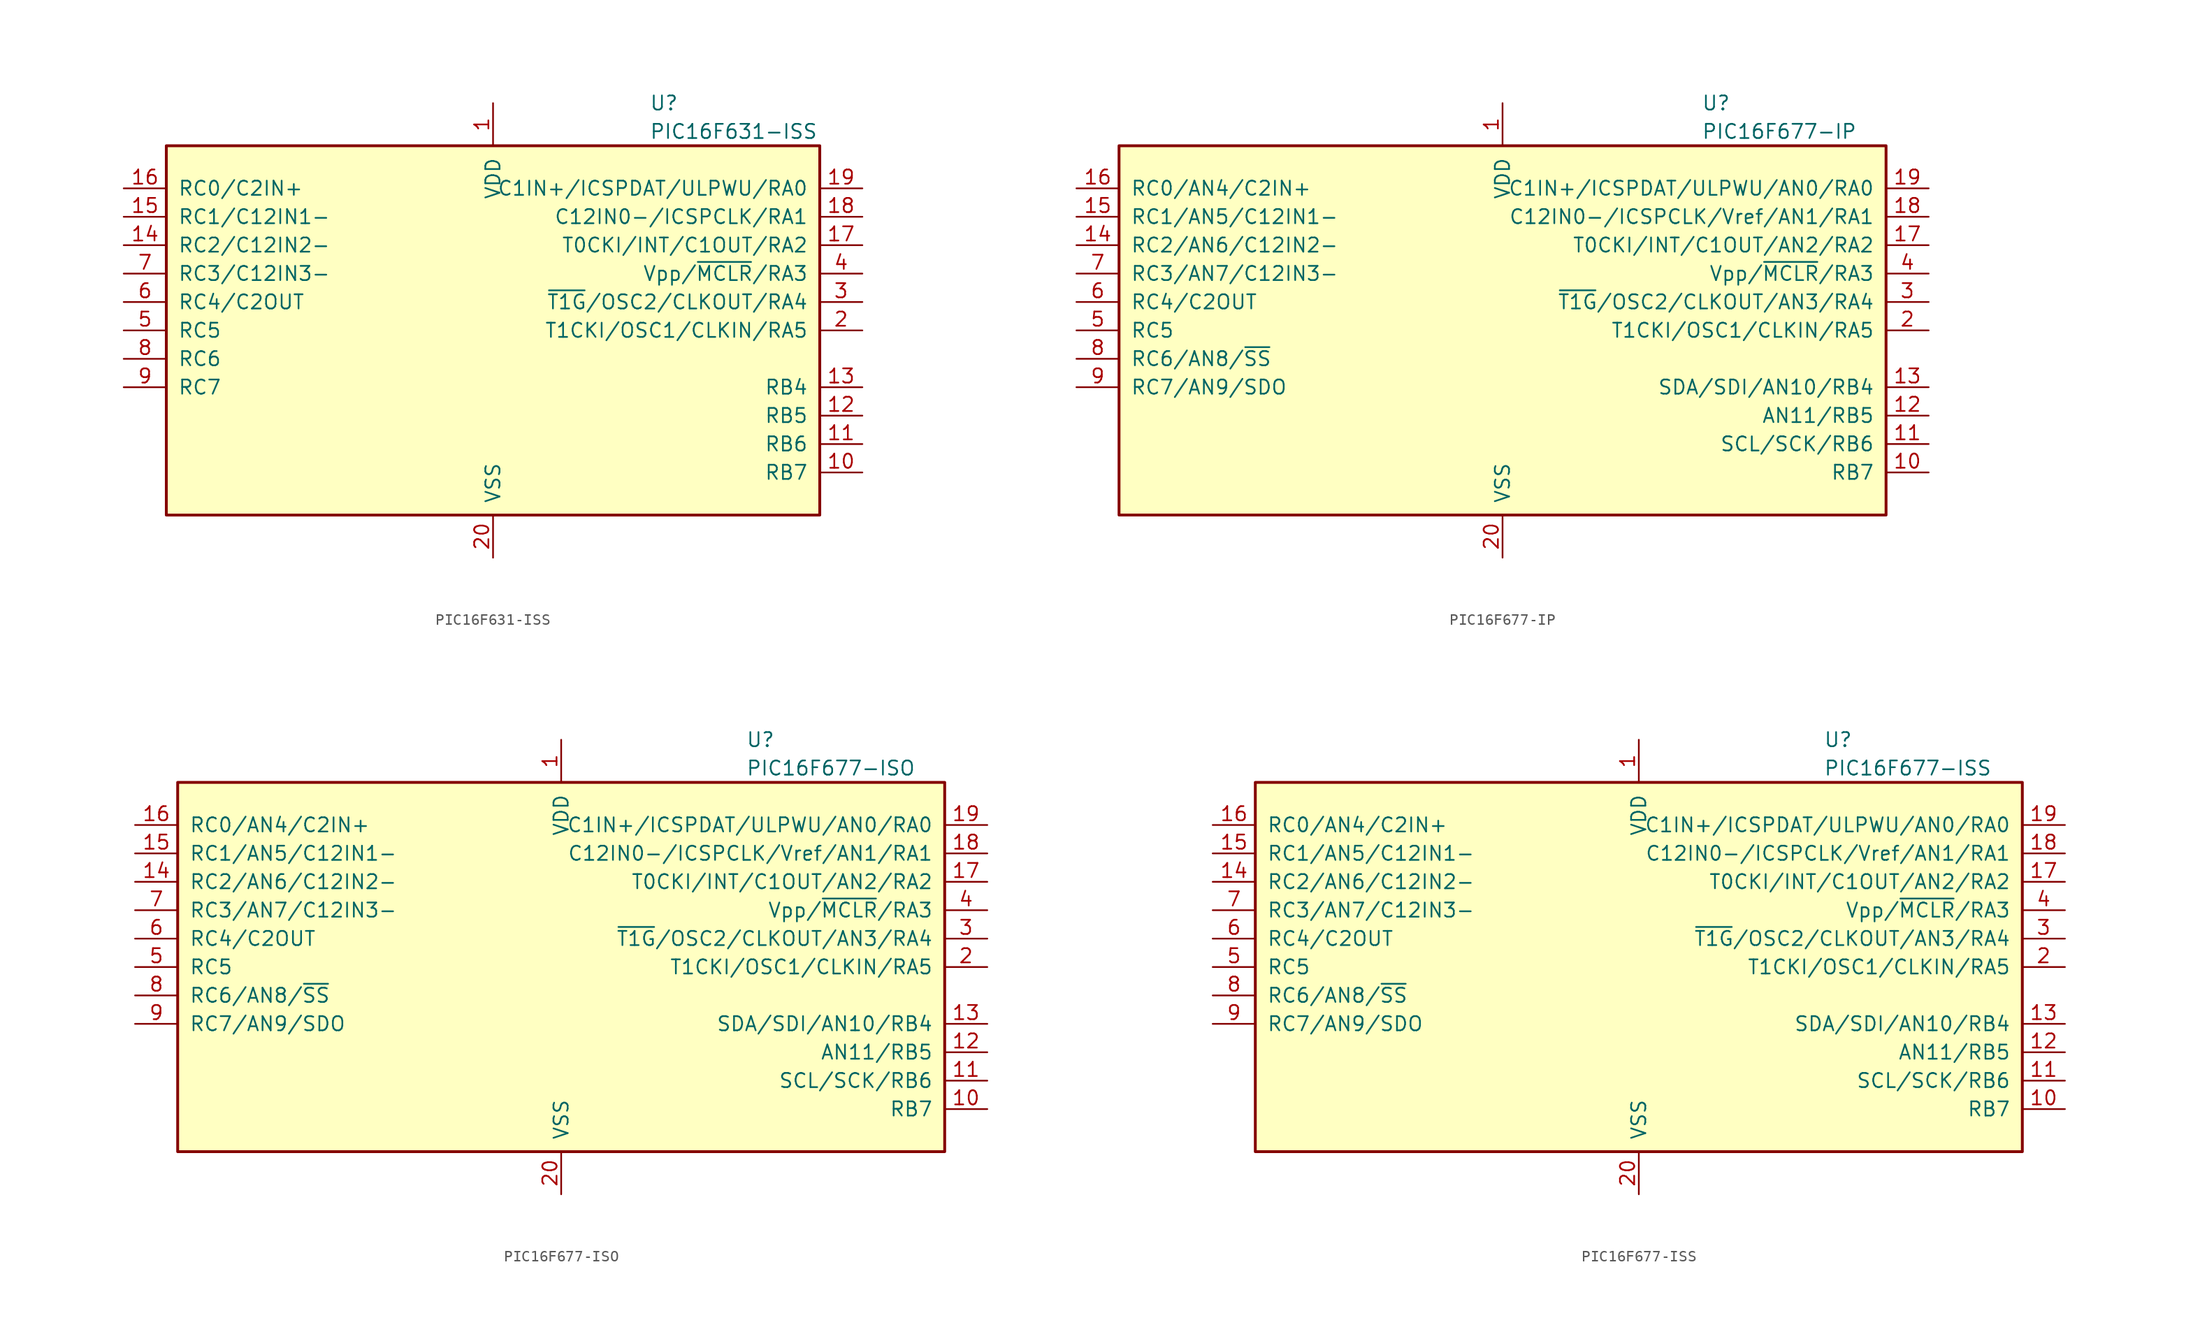
<source format=kicad_sym>
(kicad_symbol_lib
  (version 20241209)
  (generator "kicad_symbol_editor")
  (generator_version "9.0")
  (symbol "PIC16F631-ISS"
    (pin_names
      (offset 1.016))
    (property "Reference" "U"
      (at 13.97 20.32 0)
      (effects (font (size 1.27 1.27)) (justify left)))
    (property "Value" "PIC16F631-ISS"
      (at 13.97 17.78 0)
      (effects (font (size 1.27 1.27)) (justify left)))
    (symbol "PIC16F631-ISS_0_1"
      (rectangle (start -29.21 16.51) (end 29.21 -16.51) (stroke (width 0.254) (type default)) (fill (type background))))
    (symbol "PIC16F631-ISS_1_1"
      (pin bidirectional line (at -33.02 12.7 0) (length 3.81) (name "RC0/C2IN+" (effects (font (size 1.27 1.27)))) (number "16" (effects (font (size 1.27 1.27)))))
      (pin bidirectional line (at -33.02 10.16 0) (length 3.81) (name "RC1/C12IN1-" (effects (font (size 1.27 1.27)))) (number "15" (effects (font (size 1.27 1.27)))))
      (pin bidirectional line (at -33.02 7.62 0) (length 3.81) (name "RC2/C12IN2-" (effects (font (size 1.27 1.27)))) (number "14" (effects (font (size 1.27 1.27)))))
      (pin bidirectional line (at -33.02 5.08 0) (length 3.81) (name "RC3/C12IN3-" (effects (font (size 1.27 1.27)))) (number "7" (effects (font (size 1.27 1.27)))))
      (pin bidirectional line (at -33.02 2.54 0) (length 3.81) (name "RC4/C2OUT" (effects (font (size 1.27 1.27)))) (number "6" (effects (font (size 1.27 1.27)))))
      (pin bidirectional line (at -33.02 0 0) (length 3.81) (name "RC5" (effects (font (size 1.27 1.27)))) (number "5" (effects (font (size 1.27 1.27)))))
      (pin bidirectional line (at -33.02 -2.54 0) (length 3.81) (name "RC6" (effects (font (size 1.27 1.27)))) (number "8" (effects (font (size 1.27 1.27)))))
      (pin bidirectional line (at -33.02 -5.08 0) (length 3.81) (name "RC7" (effects (font (size 1.27 1.27)))) (number "9" (effects (font (size 1.27 1.27)))))
      (pin power_in line (at 0 20.32 270) (length 3.81) (name "VDD" (effects (font (size 1.27 1.27)))) (number "1" (effects (font (size 1.27 1.27)))))
      (pin power_in line (at 0 -20.32 90) (length 3.81) (name "VSS" (effects (font (size 1.27 1.27)))) (number "20" (effects (font (size 1.27 1.27)))))
      (pin bidirectional line (at 33.02 12.7 180) (length 3.81) (name "C1IN+/ICSPDAT/ULPWU/RA0" (effects (font (size 1.27 1.27)))) (number "19" (effects (font (size 1.27 1.27)))))
      (pin bidirectional line (at 33.02 10.16 180) (length 3.81) (name "C12IN0-/ICSPCLK/RA1" (effects (font (size 1.27 1.27)))) (number "18" (effects (font (size 1.27 1.27)))))
      (pin bidirectional line (at 33.02 7.62 180) (length 3.81) (name "T0CKI/INT/C1OUT/RA2" (effects (font (size 1.27 1.27)))) (number "17" (effects (font (size 1.27 1.27)))))
      (pin input line (at 33.02 5.08 180) (length 3.81) (name "Vpp/~{MCLR}/RA3" (effects (font (size 1.27 1.27)))) (number "4" (effects (font (size 1.27 1.27)))))
      (pin bidirectional line (at 33.02 2.54 180) (length 3.81) (name "~{T1G}/OSC2/CLKOUT/RA4" (effects (font (size 1.27 1.27)))) (number "3" (effects (font (size 1.27 1.27)))))
      (pin bidirectional line (at 33.02 0 180) (length 3.81) (name "T1CKI/OSC1/CLKIN/RA5" (effects (font (size 1.27 1.27)))) (number "2" (effects (font (size 1.27 1.27)))))
      (pin bidirectional line (at 33.02 -5.08 180) (length 3.81) (name "RB4" (effects (font (size 1.27 1.27)))) (number "13" (effects (font (size 1.27 1.27)))))
      (pin bidirectional line (at 33.02 -7.62 180) (length 3.81) (name "RB5" (effects (font (size 1.27 1.27)))) (number "12" (effects (font (size 1.27 1.27)))))
      (pin bidirectional line (at 33.02 -10.16 180) (length 3.81) (name "RB6" (effects (font (size 1.27 1.27)))) (number "11" (effects (font (size 1.27 1.27)))))
      (pin bidirectional line (at 33.02 -12.7 180) (length 3.81) (name "RB7" (effects (font (size 1.27 1.27)))) (number "10" (effects (font (size 1.27 1.27)))))))
  (symbol "PIC16F677-IP"
    (pin_names
      (offset 1.016))
    (property "Reference" "U"
      (at 17.78 20.32 0)
      (effects (font (size 1.27 1.27)) (justify left)))
    (property "Value" "PIC16F677-IP"
      (at 17.78 17.78 0)
      (effects (font (size 1.27 1.27)) (justify left)))
    (symbol "PIC16F677-IP_0_1"
      (rectangle (start -34.29 16.51) (end 34.29 -16.51) (stroke (width 0.254) (type default)) (fill (type background))))
    (symbol "PIC16F677-IP_1_1"
      (pin bidirectional line (at -38.1 12.7 0) (length 3.81) (name "RC0/AN4/C2IN+" (effects (font (size 1.27 1.27)))) (number "16" (effects (font (size 1.27 1.27)))))
      (pin bidirectional line (at -38.1 10.16 0) (length 3.81) (name "RC1/AN5/C12IN1-" (effects (font (size 1.27 1.27)))) (number "15" (effects (font (size 1.27 1.27)))))
      (pin bidirectional line (at -38.1 7.62 0) (length 3.81) (name "RC2/AN6/C12IN2-" (effects (font (size 1.27 1.27)))) (number "14" (effects (font (size 1.27 1.27)))))
      (pin bidirectional line (at -38.1 5.08 0) (length 3.81) (name "RC3/AN7/C12IN3-" (effects (font (size 1.27 1.27)))) (number "7" (effects (font (size 1.27 1.27)))))
      (pin bidirectional line (at -38.1 2.54 0) (length 3.81) (name "RC4/C2OUT" (effects (font (size 1.27 1.27)))) (number "6" (effects (font (size 1.27 1.27)))))
      (pin bidirectional line (at -38.1 0 0) (length 3.81) (name "RC5" (effects (font (size 1.27 1.27)))) (number "5" (effects (font (size 1.27 1.27)))))
      (pin bidirectional line (at -38.1 -2.54 0) (length 3.81) (name "RC6/AN8/~{SS}" (effects (font (size 1.27 1.27)))) (number "8" (effects (font (size 1.27 1.27)))))
      (pin bidirectional line (at -38.1 -5.08 0) (length 3.81) (name "RC7/AN9/SDO" (effects (font (size 1.27 1.27)))) (number "9" (effects (font (size 1.27 1.27)))))
      (pin power_in line (at 0 20.32 270) (length 3.81) (name "VDD" (effects (font (size 1.27 1.27)))) (number "1" (effects (font (size 1.27 1.27)))))
      (pin power_in line (at 0 -20.32 90) (length 3.81) (name "VSS" (effects (font (size 1.27 1.27)))) (number "20" (effects (font (size 1.27 1.27)))))
      (pin bidirectional line (at 38.1 12.7 180) (length 3.81) (name "C1IN+/ICSPDAT/ULPWU/AN0/RA0" (effects (font (size 1.27 1.27)))) (number "19" (effects (font (size 1.27 1.27)))))
      (pin bidirectional line (at 38.1 10.16 180) (length 3.81) (name "C12IN0-/ICSPCLK/Vref/AN1/RA1" (effects (font (size 1.27 1.27)))) (number "18" (effects (font (size 1.27 1.27)))))
      (pin bidirectional line (at 38.1 7.62 180) (length 3.81) (name "T0CKI/INT/C1OUT/AN2/RA2" (effects (font (size 1.27 1.27)))) (number "17" (effects (font (size 1.27 1.27)))))
      (pin input line (at 38.1 5.08 180) (length 3.81) (name "Vpp/~{MCLR}/RA3" (effects (font (size 1.27 1.27)))) (number "4" (effects (font (size 1.27 1.27)))))
      (pin bidirectional line (at 38.1 2.54 180) (length 3.81) (name "~{T1G}/OSC2/CLKOUT/AN3/RA4" (effects (font (size 1.27 1.27)))) (number "3" (effects (font (size 1.27 1.27)))))
      (pin bidirectional line (at 38.1 0 180) (length 3.81) (name "T1CKI/OSC1/CLKIN/RA5" (effects (font (size 1.27 1.27)))) (number "2" (effects (font (size 1.27 1.27)))))
      (pin bidirectional line (at 38.1 -5.08 180) (length 3.81) (name "SDA/SDI/AN10/RB4" (effects (font (size 1.27 1.27)))) (number "13" (effects (font (size 1.27 1.27)))))
      (pin bidirectional line (at 38.1 -7.62 180) (length 3.81) (name "AN11/RB5" (effects (font (size 1.27 1.27)))) (number "12" (effects (font (size 1.27 1.27)))))
      (pin bidirectional line (at 38.1 -10.16 180) (length 3.81) (name "SCL/SCK/RB6" (effects (font (size 1.27 1.27)))) (number "11" (effects (font (size 1.27 1.27)))))
      (pin bidirectional line (at 38.1 -12.7 180) (length 3.81) (name "RB7" (effects (font (size 1.27 1.27)))) (number "10" (effects (font (size 1.27 1.27)))))))
  (symbol "PIC16F677-ISO"
    (pin_names
      (offset 1.016))
    (property "Reference" "U"
      (at 16.51 20.32 0)
      (effects (font (size 1.27 1.27)) (justify left)))
    (property "Value" "PIC16F677-ISO"
      (at 16.51 17.78 0)
      (effects (font (size 1.27 1.27)) (justify left)))
    (symbol "PIC16F677-ISO_0_1"
      (rectangle (start -34.29 16.51) (end 34.29 -16.51) (stroke (width 0.254) (type default)) (fill (type background))))
    (symbol "PIC16F677-ISO_1_1"
      (pin bidirectional line (at -38.1 12.7 0) (length 3.81) (name "RC0/AN4/C2IN+" (effects (font (size 1.27 1.27)))) (number "16" (effects (font (size 1.27 1.27)))))
      (pin bidirectional line (at -38.1 10.16 0) (length 3.81) (name "RC1/AN5/C12IN1-" (effects (font (size 1.27 1.27)))) (number "15" (effects (font (size 1.27 1.27)))))
      (pin bidirectional line (at -38.1 7.62 0) (length 3.81) (name "RC2/AN6/C12IN2-" (effects (font (size 1.27 1.27)))) (number "14" (effects (font (size 1.27 1.27)))))
      (pin bidirectional line (at -38.1 5.08 0) (length 3.81) (name "RC3/AN7/C12IN3-" (effects (font (size 1.27 1.27)))) (number "7" (effects (font (size 1.27 1.27)))))
      (pin bidirectional line (at -38.1 2.54 0) (length 3.81) (name "RC4/C2OUT" (effects (font (size 1.27 1.27)))) (number "6" (effects (font (size 1.27 1.27)))))
      (pin bidirectional line (at -38.1 0 0) (length 3.81) (name "RC5" (effects (font (size 1.27 1.27)))) (number "5" (effects (font (size 1.27 1.27)))))
      (pin bidirectional line (at -38.1 -2.54 0) (length 3.81) (name "RC6/AN8/~{SS}" (effects (font (size 1.27 1.27)))) (number "8" (effects (font (size 1.27 1.27)))))
      (pin bidirectional line (at -38.1 -5.08 0) (length 3.81) (name "RC7/AN9/SDO" (effects (font (size 1.27 1.27)))) (number "9" (effects (font (size 1.27 1.27)))))
      (pin power_in line (at 0 20.32 270) (length 3.81) (name "VDD" (effects (font (size 1.27 1.27)))) (number "1" (effects (font (size 1.27 1.27)))))
      (pin power_in line (at 0 -20.32 90) (length 3.81) (name "VSS" (effects (font (size 1.27 1.27)))) (number "20" (effects (font (size 1.27 1.27)))))
      (pin bidirectional line (at 38.1 12.7 180) (length 3.81) (name "C1IN+/ICSPDAT/ULPWU/AN0/RA0" (effects (font (size 1.27 1.27)))) (number "19" (effects (font (size 1.27 1.27)))))
      (pin bidirectional line (at 38.1 10.16 180) (length 3.81) (name "C12IN0-/ICSPCLK/Vref/AN1/RA1" (effects (font (size 1.27 1.27)))) (number "18" (effects (font (size 1.27 1.27)))))
      (pin bidirectional line (at 38.1 7.62 180) (length 3.81) (name "T0CKI/INT/C1OUT/AN2/RA2" (effects (font (size 1.27 1.27)))) (number "17" (effects (font (size 1.27 1.27)))))
      (pin input line (at 38.1 5.08 180) (length 3.81) (name "Vpp/~{MCLR}/RA3" (effects (font (size 1.27 1.27)))) (number "4" (effects (font (size 1.27 1.27)))))
      (pin bidirectional line (at 38.1 2.54 180) (length 3.81) (name "~{T1G}/OSC2/CLKOUT/AN3/RA4" (effects (font (size 1.27 1.27)))) (number "3" (effects (font (size 1.27 1.27)))))
      (pin bidirectional line (at 38.1 0 180) (length 3.81) (name "T1CKI/OSC1/CLKIN/RA5" (effects (font (size 1.27 1.27)))) (number "2" (effects (font (size 1.27 1.27)))))
      (pin bidirectional line (at 38.1 -5.08 180) (length 3.81) (name "SDA/SDI/AN10/RB4" (effects (font (size 1.27 1.27)))) (number "13" (effects (font (size 1.27 1.27)))))
      (pin bidirectional line (at 38.1 -7.62 180) (length 3.81) (name "AN11/RB5" (effects (font (size 1.27 1.27)))) (number "12" (effects (font (size 1.27 1.27)))))
      (pin bidirectional line (at 38.1 -10.16 180) (length 3.81) (name "SCL/SCK/RB6" (effects (font (size 1.27 1.27)))) (number "11" (effects (font (size 1.27 1.27)))))
      (pin bidirectional line (at 38.1 -12.7 180) (length 3.81) (name "RB7" (effects (font (size 1.27 1.27)))) (number "10" (effects (font (size 1.27 1.27)))))))
  (symbol "PIC16F677-ISS"
    (pin_names
      (offset 1.016))
    (property "Reference" "U"
      (at 16.51 20.32 0)
      (effects (font (size 1.27 1.27)) (justify left)))
    (property "Value" "PIC16F677-ISS"
      (at 16.51 17.78 0)
      (effects (font (size 1.27 1.27)) (justify left)))
    (symbol "PIC16F677-ISS_0_1"
      (rectangle (start -34.29 16.51) (end 34.29 -16.51) (stroke (width 0.254) (type default)) (fill (type background))))
    (symbol "PIC16F677-ISS_1_1"
      (pin bidirectional line (at -38.1 12.7 0) (length 3.81) (name "RC0/AN4/C2IN+" (effects (font (size 1.27 1.27)))) (number "16" (effects (font (size 1.27 1.27)))))
      (pin bidirectional line (at -38.1 10.16 0) (length 3.81) (name "RC1/AN5/C12IN1-" (effects (font (size 1.27 1.27)))) (number "15" (effects (font (size 1.27 1.27)))))
      (pin bidirectional line (at -38.1 7.62 0) (length 3.81) (name "RC2/AN6/C12IN2-" (effects (font (size 1.27 1.27)))) (number "14" (effects (font (size 1.27 1.27)))))
      (pin bidirectional line (at -38.1 5.08 0) (length 3.81) (name "RC3/AN7/C12IN3-" (effects (font (size 1.27 1.27)))) (number "7" (effects (font (size 1.27 1.27)))))
      (pin bidirectional line (at -38.1 2.54 0) (length 3.81) (name "RC4/C2OUT" (effects (font (size 1.27 1.27)))) (number "6" (effects (font (size 1.27 1.27)))))
      (pin bidirectional line (at -38.1 0 0) (length 3.81) (name "RC5" (effects (font (size 1.27 1.27)))) (number "5" (effects (font (size 1.27 1.27)))))
      (pin bidirectional line (at -38.1 -2.54 0) (length 3.81) (name "RC6/AN8/~{SS}" (effects (font (size 1.27 1.27)))) (number "8" (effects (font (size 1.27 1.27)))))
      (pin bidirectional line (at -38.1 -5.08 0) (length 3.81) (name "RC7/AN9/SDO" (effects (font (size 1.27 1.27)))) (number "9" (effects (font (size 1.27 1.27)))))
      (pin power_in line (at 0 20.32 270) (length 3.81) (name "VDD" (effects (font (size 1.27 1.27)))) (number "1" (effects (font (size 1.27 1.27)))))
      (pin power_in line (at 0 -20.32 90) (length 3.81) (name "VSS" (effects (font (size 1.27 1.27)))) (number "20" (effects (font (size 1.27 1.27)))))
      (pin bidirectional line (at 38.1 12.7 180) (length 3.81) (name "C1IN+/ICSPDAT/ULPWU/AN0/RA0" (effects (font (size 1.27 1.27)))) (number "19" (effects (font (size 1.27 1.27)))))
      (pin bidirectional line (at 38.1 10.16 180) (length 3.81) (name "C12IN0-/ICSPCLK/Vref/AN1/RA1" (effects (font (size 1.27 1.27)))) (number "18" (effects (font (size 1.27 1.27)))))
      (pin bidirectional line (at 38.1 7.62 180) (length 3.81) (name "T0CKI/INT/C1OUT/AN2/RA2" (effects (font (size 1.27 1.27)))) (number "17" (effects (font (size 1.27 1.27)))))
      (pin input line (at 38.1 5.08 180) (length 3.81) (name "Vpp/~{MCLR}/RA3" (effects (font (size 1.27 1.27)))) (number "4" (effects (font (size 1.27 1.27)))))
      (pin bidirectional line (at 38.1 2.54 180) (length 3.81) (name "~{T1G}/OSC2/CLKOUT/AN3/RA4" (effects (font (size 1.27 1.27)))) (number "3" (effects (font (size 1.27 1.27)))))
      (pin bidirectional line (at 38.1 0 180) (length 3.81) (name "T1CKI/OSC1/CLKIN/RA5" (effects (font (size 1.27 1.27)))) (number "2" (effects (font (size 1.27 1.27)))))
      (pin bidirectional line (at 38.1 -5.08 180) (length 3.81) (name "SDA/SDI/AN10/RB4" (effects (font (size 1.27 1.27)))) (number "13" (effects (font (size 1.27 1.27)))))
      (pin bidirectional line (at 38.1 -7.62 180) (length 3.81) (name "AN11/RB5" (effects (font (size 1.27 1.27)))) (number "12" (effects (font (size 1.27 1.27)))))
      (pin bidirectional line (at 38.1 -10.16 180) (length 3.81) (name "SCL/SCK/RB6" (effects (font (size 1.27 1.27)))) (number "11" (effects (font (size 1.27 1.27)))))
      (pin bidirectional line (at 38.1 -12.7 180) (length 3.81) (name "RB7" (effects (font (size 1.27 1.27)))) (number "10" (effects (font (size 1.27 1.27))))))))
</source>
